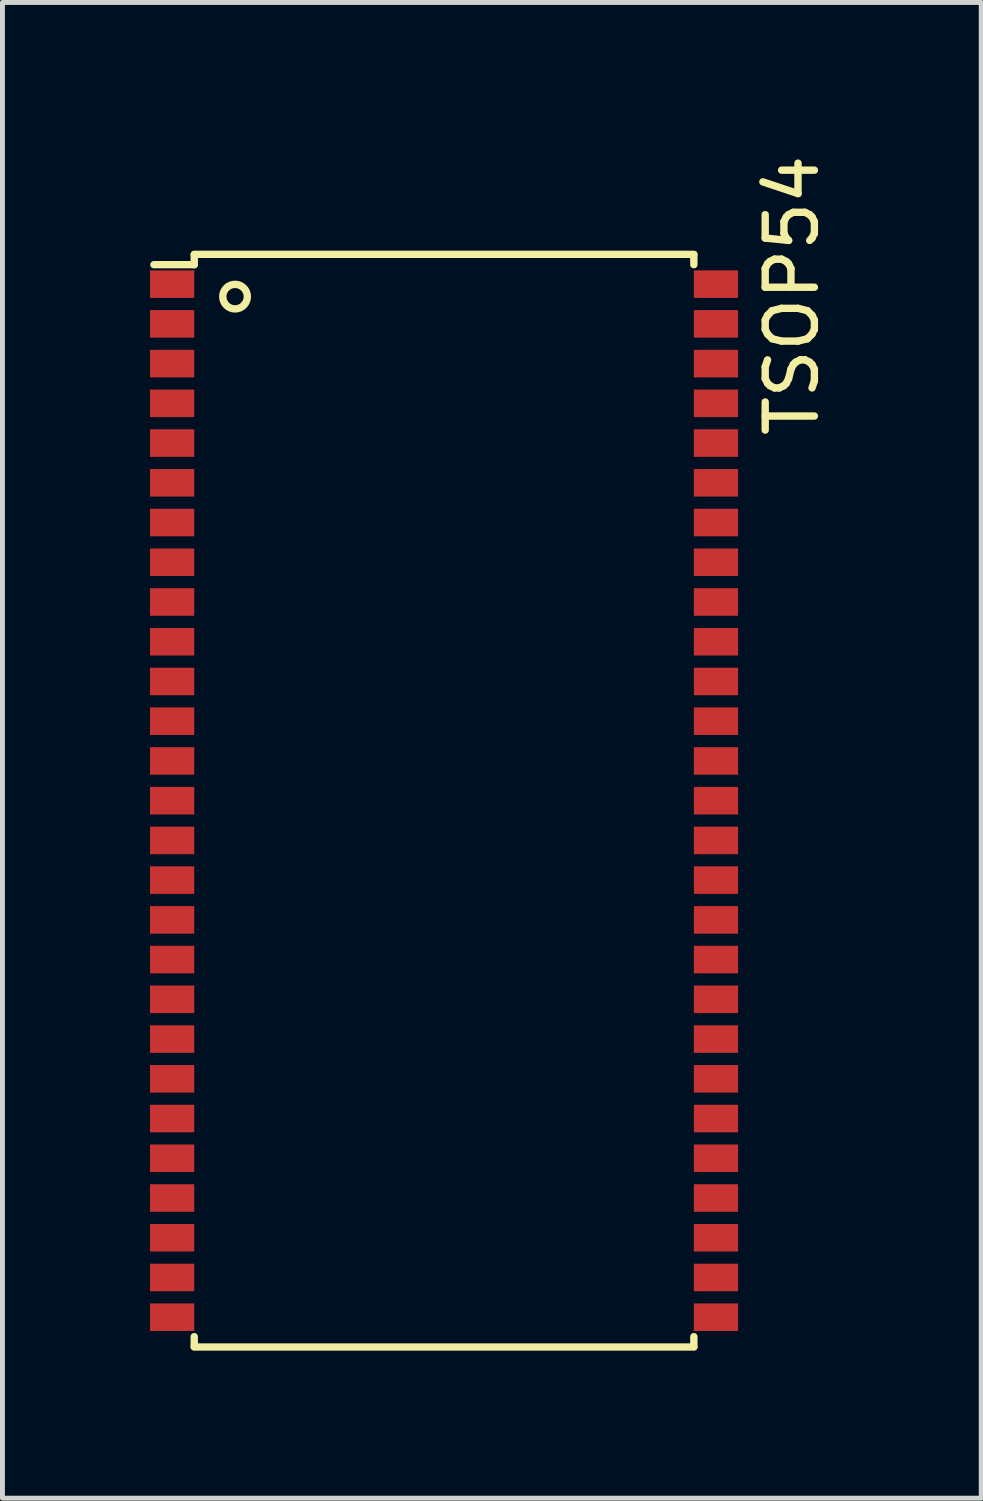
<source format=kicad_pcb>
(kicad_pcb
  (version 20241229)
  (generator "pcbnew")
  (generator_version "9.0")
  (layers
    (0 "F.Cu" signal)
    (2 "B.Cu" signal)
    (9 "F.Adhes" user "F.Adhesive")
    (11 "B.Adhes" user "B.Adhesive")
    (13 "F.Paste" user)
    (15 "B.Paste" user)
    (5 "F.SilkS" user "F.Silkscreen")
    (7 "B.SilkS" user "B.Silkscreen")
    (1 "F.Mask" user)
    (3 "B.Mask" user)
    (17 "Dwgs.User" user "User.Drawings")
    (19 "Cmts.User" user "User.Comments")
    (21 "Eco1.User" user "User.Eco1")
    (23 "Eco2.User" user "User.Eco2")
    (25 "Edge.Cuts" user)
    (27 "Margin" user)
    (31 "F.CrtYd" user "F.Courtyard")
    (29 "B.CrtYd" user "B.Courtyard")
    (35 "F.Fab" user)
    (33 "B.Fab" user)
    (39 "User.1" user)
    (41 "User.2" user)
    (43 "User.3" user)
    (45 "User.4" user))
  (footprint "TSOP54"
    (layer "F.Cu")
    (at 5.98 13.232)
    (property "Reference" "TSOP54" (at 7.076 -10.274 90) (layer "F.SilkS") (effects (font (size 1 1) (thickness 0.15))))
    (attr smd)
    (fp_line (start -5.08 -11.11) (end 5.08 -11.11) (stroke (width 0.15) (type solid)) (layer "F.SilkS"))
    (fp_line (start -5.08 -11.1) (end -5.08 -10.9) (stroke (width 0.15) (type solid)) (layer "F.SilkS"))
    (fp_line (start -5.08 -10.9) (end -5.9 -10.9) (stroke (width 0.15) (type solid)) (layer "F.SilkS"))
    (fp_line (start -5.08 11.1) (end -5.08 10.9) (stroke (width 0.15) (type solid)) (layer "F.SilkS"))
    (fp_line (start 5.08 -11.1) (end 5.08 -10.9) (stroke (width 0.15) (type solid)) (layer "F.SilkS"))
    (fp_line (start 5.08 11.1) (end 5.08 10.9) (stroke (width 0.15) (type solid)) (layer "F.SilkS"))
    (fp_line (start 5.08 11.11) (end -5.08 11.11) (stroke (width 0.15) (type solid)) (layer "F.SilkS"))
    (fp_circle (center -4.25 -10.25) (end -4 -10.25) (stroke (width 0.15) (type solid)) (fill no) (layer "F.SilkS"))
    (pad "1" smd rect (at -5.53 -10.504) (size 0.9 0.56) (layers "F.Cu" "F.Mask" "F.Paste"))
    (pad "2" smd rect (at -5.53 -9.696) (size 0.9 0.56) (layers "F.Cu" "F.Mask" "F.Paste"))
    (pad "3" smd rect (at -5.53 -8.888) (size 0.9 0.56) (layers "F.Cu" "F.Mask" "F.Paste"))
    (pad "4" smd rect (at -5.53 -8.08) (size 0.9 0.56) (layers "F.Cu" "F.Mask" "F.Paste"))
    (pad "5" smd rect (at -5.53 -7.272) (size 0.9 0.56) (layers "F.Cu" "F.Mask" "F.Paste"))
    (pad "6" smd rect (at -5.53 -6.464) (size 0.9 0.56) (layers "F.Cu" "F.Mask" "F.Paste"))
    (pad "7" smd rect (at -5.53 -5.656) (size 0.9 0.56) (layers "F.Cu" "F.Mask" "F.Paste"))
    (pad "8" smd rect (at -5.53 -4.848) (size 0.9 0.56) (layers "F.Cu" "F.Mask" "F.Paste"))
    (pad "9" smd rect (at -5.53 -4.04) (size 0.9 0.56) (layers "F.Cu" "F.Mask" "F.Paste"))
    (pad "10" smd rect (at -5.53 -3.232) (size 0.9 0.56) (layers "F.Cu" "F.Mask" "F.Paste"))
    (pad "11" smd rect (at -5.53 -2.424) (size 0.9 0.56) (layers "F.Cu" "F.Mask" "F.Paste"))
    (pad "12" smd rect (at -5.53 -1.616) (size 0.9 0.56) (layers "F.Cu" "F.Mask" "F.Paste"))
    (pad "13" smd rect (at -5.53 -0.808) (size 0.9 0.56) (layers "F.Cu" "F.Mask" "F.Paste"))
    (pad "14" smd rect (at -5.53 0) (size 0.9 0.56) (layers "F.Cu" "F.Mask" "F.Paste"))
    (pad "15" smd rect (at -5.53 0.808) (size 0.9 0.56) (layers "F.Cu" "F.Mask" "F.Paste"))
    (pad "16" smd rect (at -5.53 1.616) (size 0.9 0.56) (layers "F.Cu" "F.Mask" "F.Paste"))
    (pad "17" smd rect (at -5.53 2.424) (size 0.9 0.56) (layers "F.Cu" "F.Mask" "F.Paste"))
    (pad "18" smd rect (at -5.53 3.232) (size 0.9 0.56) (layers "F.Cu" "F.Mask" "F.Paste"))
    (pad "19" smd rect (at -5.53 4.04) (size 0.9 0.56) (layers "F.Cu" "F.Mask" "F.Paste"))
    (pad "20" smd rect (at -5.53 4.848) (size 0.9 0.56) (layers "F.Cu" "F.Mask" "F.Paste"))
    (pad "21" smd rect (at -5.53 5.656) (size 0.9 0.56) (layers "F.Cu" "F.Mask" "F.Paste"))
    (pad "22" smd rect (at -5.53 6.464) (size 0.9 0.56) (layers "F.Cu" "F.Mask" "F.Paste"))
    (pad "23" smd rect (at -5.53 7.272) (size 0.9 0.56) (layers "F.Cu" "F.Mask" "F.Paste"))
    (pad "24" smd rect (at -5.53 8.08) (size 0.9 0.56) (layers "F.Cu" "F.Mask" "F.Paste"))
    (pad "25" smd rect (at -5.53 8.888) (size 0.9 0.56) (layers "F.Cu" "F.Mask" "F.Paste"))
    (pad "26" smd rect (at -5.53 9.696) (size 0.9 0.56) (layers "F.Cu" "F.Mask" "F.Paste"))
    (pad "27" smd rect (at -5.53 10.504) (size 0.9 0.56) (layers "F.Cu" "F.Mask" "F.Paste"))
    (pad "28" smd rect (at 5.53 10.504) (size 0.9 0.56) (layers "F.Cu" "F.Mask" "F.Paste"))
    (pad "29" smd rect (at 5.53 9.696) (size 0.9 0.56) (layers "F.Cu" "F.Mask" "F.Paste"))
    (pad "30" smd rect (at 5.53 8.888) (size 0.9 0.56) (layers "F.Cu" "F.Mask" "F.Paste"))
    (pad "31" smd rect (at 5.53 8.08) (size 0.9 0.56) (layers "F.Cu" "F.Mask" "F.Paste"))
    (pad "32" smd rect (at 5.53 7.272) (size 0.9 0.56) (layers "F.Cu" "F.Mask" "F.Paste"))
    (pad "33" smd rect (at 5.53 6.464) (size 0.9 0.56) (layers "F.Cu" "F.Mask" "F.Paste"))
    (pad "34" smd rect (at 5.53 5.656) (size 0.9 0.56) (layers "F.Cu" "F.Mask" "F.Paste"))
    (pad "35" smd rect (at 5.53 4.848) (size 0.9 0.56) (layers "F.Cu" "F.Mask" "F.Paste"))
    (pad "36" smd rect (at 5.53 4.04) (size 0.9 0.56) (layers "F.Cu" "F.Mask" "F.Paste"))
    (pad "37" smd rect (at 5.53 3.232) (size 0.9 0.56) (layers "F.Cu" "F.Mask" "F.Paste"))
    (pad "38" smd rect (at 5.53 2.424) (size 0.9 0.56) (layers "F.Cu" "F.Mask" "F.Paste"))
    (pad "39" smd rect (at 5.53 1.616) (size 0.9 0.56) (layers "F.Cu" "F.Mask" "F.Paste"))
    (pad "40" smd rect (at 5.53 0.808) (size 0.9 0.56) (layers "F.Cu" "F.Mask" "F.Paste"))
    (pad "41" smd rect (at 5.53 0) (size 0.9 0.56) (layers "F.Cu" "F.Mask" "F.Paste"))
    (pad "42" smd rect (at 5.53 -0.808) (size 0.9 0.56) (layers "F.Cu" "F.Mask" "F.Paste"))
    (pad "43" smd rect (at 5.53 -1.616) (size 0.9 0.56) (layers "F.Cu" "F.Mask" "F.Paste"))
    (pad "44" smd rect (at 5.53 -2.424) (size 0.9 0.56) (layers "F.Cu" "F.Mask" "F.Paste"))
    (pad "45" smd rect (at 5.53 -3.232) (size 0.9 0.56) (layers "F.Cu" "F.Mask" "F.Paste"))
    (pad "46" smd rect (at 5.53 -4.04) (size 0.9 0.56) (layers "F.Cu" "F.Mask" "F.Paste"))
    (pad "47" smd rect (at 5.53 -4.848) (size 0.9 0.56) (layers "F.Cu" "F.Mask" "F.Paste"))
    (pad "48" smd rect (at 5.53 -5.656) (size 0.9 0.56) (layers "F.Cu" "F.Mask" "F.Paste"))
    (pad "49" smd rect (at 5.53 -6.464) (size 0.9 0.56) (layers "F.Cu" "F.Mask" "F.Paste"))
    (pad "50" smd rect (at 5.53 -7.272) (size 0.9 0.56) (layers "F.Cu" "F.Mask" "F.Paste"))
    (pad "51" smd rect (at 5.53 -8.08) (size 0.9 0.56) (layers "F.Cu" "F.Mask" "F.Paste"))
    (pad "52" smd rect (at 5.53 -8.888) (size 0.9 0.56) (layers "F.Cu" "F.Mask" "F.Paste"))
    (pad "53" smd rect (at 5.53 -9.696) (size 0.9 0.56) (layers "F.Cu" "F.Mask" "F.Paste"))
    (pad "54" smd rect (at 5.53 -10.504) (size 0.9 0.56) (layers "F.Cu" "F.Mask" "F.Paste")))
  (gr_rect
    (start -3 -3)
    (end 16.904 27.417)
    (stroke (width 0.1) (type default))
    (fill no)
    (layer "Edge.Cuts")))
</source>
